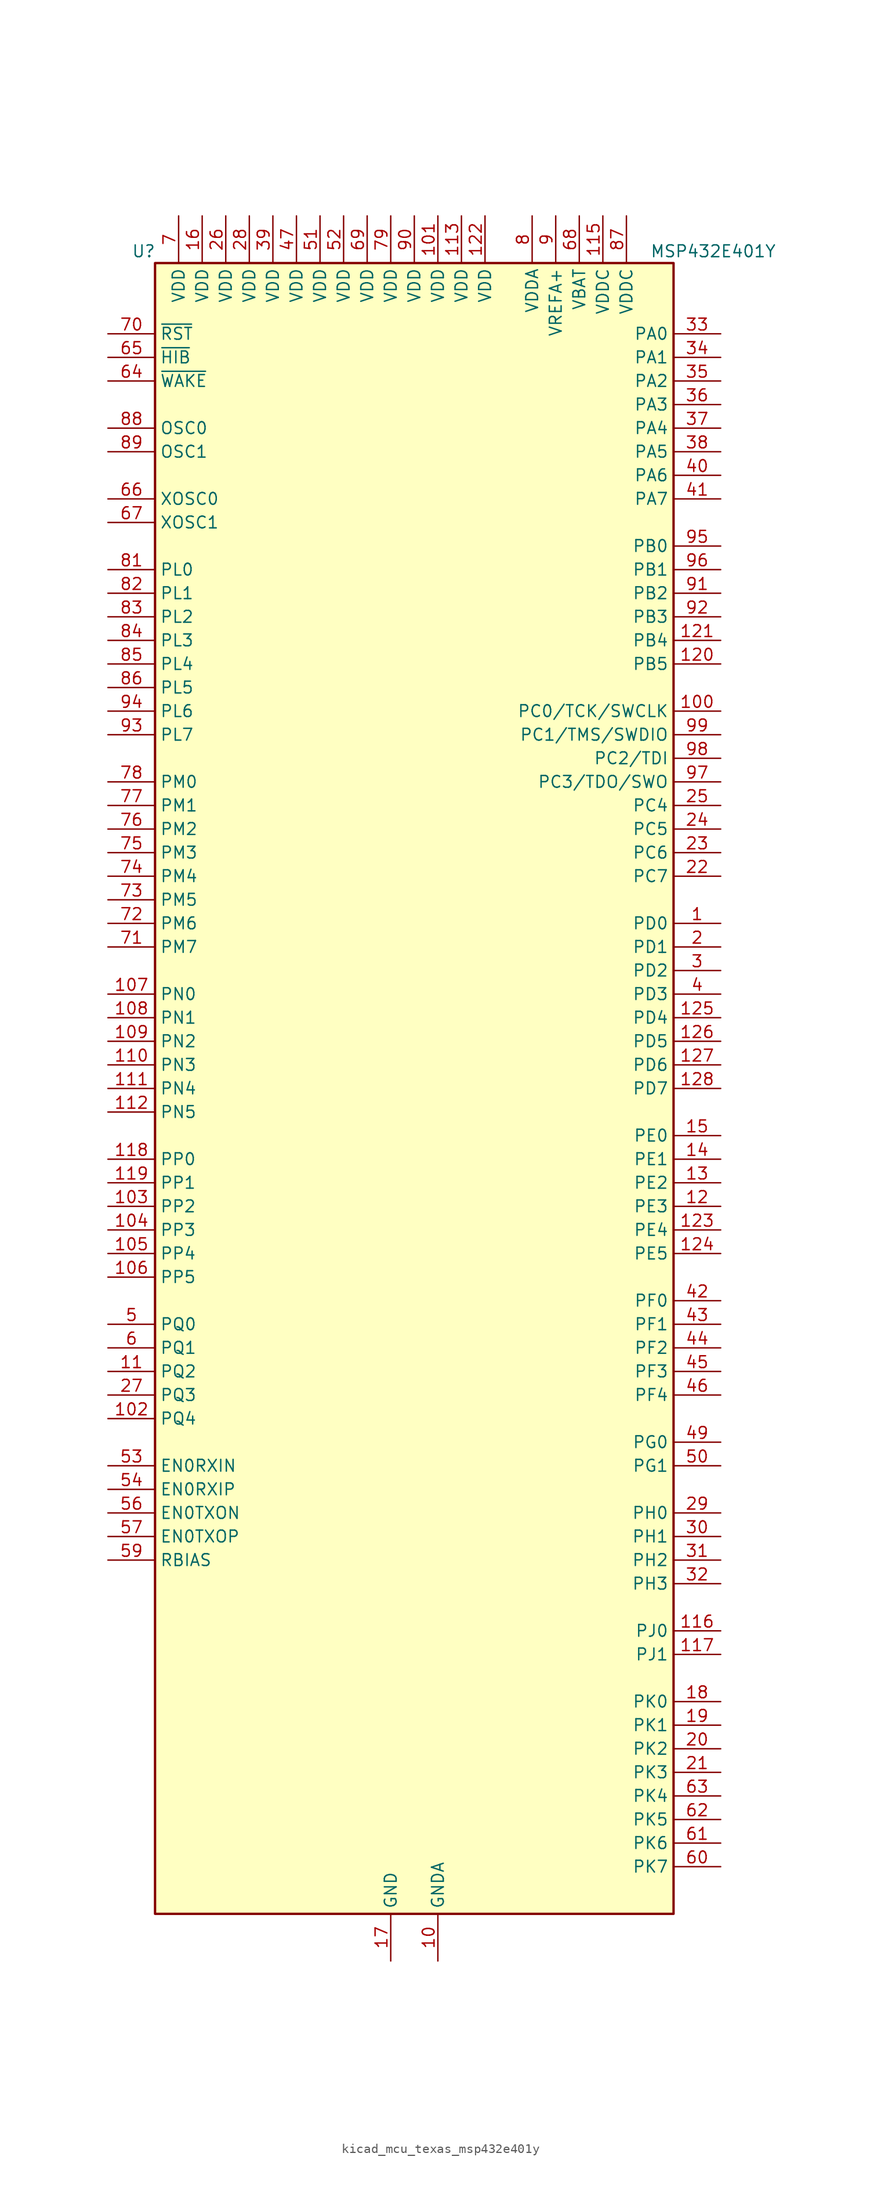
<source format=kicad_sym>
(kicad_symbol_lib
  (version 20220914)
  (generator kicad_symbol_editor)
  (symbol "kicad_mcu_texas_msp432e401y"
    (property "Reference" "U"
      (at -30.48 90.17 0)
      (effects (font (size 1.27 1.27)) (justify left)))
    (property "Value" "MSP432E401Y"
      (at 25.4 90.17 0)
      (effects (font (size 1.27 1.27)) (justify left)))
    (symbol "kicad_mcu_texas_msp432e401y_1_1"
      (rectangle (start -27.94 -88.9) (end 27.94 88.9) (stroke (width 0.254) (type default)) (fill (type background)))
      (pin bidirectional line (at 33.02 17.78 180) (length 5.08) (name "PD0" (effects (font (size 1.27 1.27)))) (number "1" (effects (font (size 1.27 1.27)))))
      (pin power_in line (at 2.54 -93.98 90) (length 5.08) (name "GNDA" (effects (font (size 1.27 1.27)))) (number "10" (effects (font (size 1.27 1.27)))))
      (pin bidirectional line (at 33.02 40.64 180) (length 5.08) (name "PC0/TCK/SWCLK" (effects (font (size 1.27 1.27)))) (number "100" (effects (font (size 1.27 1.27)))))
      (pin power_in line (at 2.54 93.98 270) (length 5.08) (name "VDD" (effects (font (size 1.27 1.27)))) (number "101" (effects (font (size 1.27 1.27)))))
      (pin bidirectional line (at -33.02 -35.56 0) (length 5.08) (name "PQ4" (effects (font (size 1.27 1.27)))) (number "102" (effects (font (size 1.27 1.27)))))
      (pin bidirectional line (at -33.02 -12.7 0) (length 5.08) (name "PP2" (effects (font (size 1.27 1.27)))) (number "103" (effects (font (size 1.27 1.27)))))
      (pin bidirectional line (at -33.02 -15.24 0) (length 5.08) (name "PP3" (effects (font (size 1.27 1.27)))) (number "104" (effects (font (size 1.27 1.27)))))
      (pin bidirectional line (at -33.02 -17.78 0) (length 5.08) (name "PP4" (effects (font (size 1.27 1.27)))) (number "105" (effects (font (size 1.27 1.27)))))
      (pin bidirectional line (at -33.02 -20.32 0) (length 5.08) (name "PP5" (effects (font (size 1.27 1.27)))) (number "106" (effects (font (size 1.27 1.27)))))
      (pin bidirectional line (at -33.02 10.16 0) (length 5.08) (name "PN0" (effects (font (size 1.27 1.27)))) (number "107" (effects (font (size 1.27 1.27)))))
      (pin bidirectional line (at -33.02 7.62 0) (length 5.08) (name "PN1" (effects (font (size 1.27 1.27)))) (number "108" (effects (font (size 1.27 1.27)))))
      (pin bidirectional line (at -33.02 5.08 0) (length 5.08) (name "PN2" (effects (font (size 1.27 1.27)))) (number "109" (effects (font (size 1.27 1.27)))))
      (pin bidirectional line (at -33.02 -30.48 0) (length 5.08) (name "PQ2" (effects (font (size 1.27 1.27)))) (number "11" (effects (font (size 1.27 1.27)))))
      (pin bidirectional line (at -33.02 2.54 0) (length 5.08) (name "PN3" (effects (font (size 1.27 1.27)))) (number "110" (effects (font (size 1.27 1.27)))))
      (pin bidirectional line (at -33.02 0 0) (length 5.08) (name "PN4" (effects (font (size 1.27 1.27)))) (number "111" (effects (font (size 1.27 1.27)))))
      (pin bidirectional line (at -33.02 -2.54 0) (length 5.08) (name "PN5" (effects (font (size 1.27 1.27)))) (number "112" (effects (font (size 1.27 1.27)))))
      (pin power_in line (at 5.08 93.98 270) (length 5.08) (name "VDD" (effects (font (size 1.27 1.27)))) (number "113" (effects (font (size 1.27 1.27)))))
      (pin passive line (at -2.54 -93.98 90) (length 5.08) hide (name "GND" (effects (font (size 1.27 1.27)))) (number "114" (effects (font (size 1.27 1.27)))))
      (pin power_in line (at 20.32 93.98 270) (length 5.08) (name "VDDC" (effects (font (size 1.27 1.27)))) (number "115" (effects (font (size 1.27 1.27)))))
      (pin bidirectional line (at 33.02 -58.42 180) (length 5.08) (name "PJ0" (effects (font (size 1.27 1.27)))) (number "116" (effects (font (size 1.27 1.27)))))
      (pin bidirectional line (at 33.02 -60.96 180) (length 5.08) (name "PJ1" (effects (font (size 1.27 1.27)))) (number "117" (effects (font (size 1.27 1.27)))))
      (pin bidirectional line (at -33.02 -7.62 0) (length 5.08) (name "PP0" (effects (font (size 1.27 1.27)))) (number "118" (effects (font (size 1.27 1.27)))))
      (pin bidirectional line (at -33.02 -10.16 0) (length 5.08) (name "PP1" (effects (font (size 1.27 1.27)))) (number "119" (effects (font (size 1.27 1.27)))))
      (pin bidirectional line (at 33.02 -12.7 180) (length 5.08) (name "PE3" (effects (font (size 1.27 1.27)))) (number "12" (effects (font (size 1.27 1.27)))))
      (pin bidirectional line (at 33.02 45.72 180) (length 5.08) (name "PB5" (effects (font (size 1.27 1.27)))) (number "120" (effects (font (size 1.27 1.27)))))
      (pin bidirectional line (at 33.02 48.26 180) (length 5.08) (name "PB4" (effects (font (size 1.27 1.27)))) (number "121" (effects (font (size 1.27 1.27)))))
      (pin power_in line (at 7.62 93.98 270) (length 5.08) (name "VDD" (effects (font (size 1.27 1.27)))) (number "122" (effects (font (size 1.27 1.27)))))
      (pin bidirectional line (at 33.02 -15.24 180) (length 5.08) (name "PE4" (effects (font (size 1.27 1.27)))) (number "123" (effects (font (size 1.27 1.27)))))
      (pin bidirectional line (at 33.02 -17.78 180) (length 5.08) (name "PE5" (effects (font (size 1.27 1.27)))) (number "124" (effects (font (size 1.27 1.27)))))
      (pin bidirectional line (at 33.02 7.62 180) (length 5.08) (name "PD4" (effects (font (size 1.27 1.27)))) (number "125" (effects (font (size 1.27 1.27)))))
      (pin bidirectional line (at 33.02 5.08 180) (length 5.08) (name "PD5" (effects (font (size 1.27 1.27)))) (number "126" (effects (font (size 1.27 1.27)))))
      (pin bidirectional line (at 33.02 2.54 180) (length 5.08) (name "PD6" (effects (font (size 1.27 1.27)))) (number "127" (effects (font (size 1.27 1.27)))))
      (pin bidirectional line (at 33.02 0 180) (length 5.08) (name "PD7" (effects (font (size 1.27 1.27)))) (number "128" (effects (font (size 1.27 1.27)))))
      (pin bidirectional line (at 33.02 -10.16 180) (length 5.08) (name "PE2" (effects (font (size 1.27 1.27)))) (number "13" (effects (font (size 1.27 1.27)))))
      (pin bidirectional line (at 33.02 -7.62 180) (length 5.08) (name "PE1" (effects (font (size 1.27 1.27)))) (number "14" (effects (font (size 1.27 1.27)))))
      (pin bidirectional line (at 33.02 -5.08 180) (length 5.08) (name "PE0" (effects (font (size 1.27 1.27)))) (number "15" (effects (font (size 1.27 1.27)))))
      (pin power_in line (at -22.86 93.98 270) (length 5.08) (name "VDD" (effects (font (size 1.27 1.27)))) (number "16" (effects (font (size 1.27 1.27)))))
      (pin power_in line (at -2.54 -93.98 90) (length 5.08) (name "GND" (effects (font (size 1.27 1.27)))) (number "17" (effects (font (size 1.27 1.27)))))
      (pin bidirectional line (at 33.02 -66.04 180) (length 5.08) (name "PK0" (effects (font (size 1.27 1.27)))) (number "18" (effects (font (size 1.27 1.27)))))
      (pin bidirectional line (at 33.02 -68.58 180) (length 5.08) (name "PK1" (effects (font (size 1.27 1.27)))) (number "19" (effects (font (size 1.27 1.27)))))
      (pin bidirectional line (at 33.02 15.24 180) (length 5.08) (name "PD1" (effects (font (size 1.27 1.27)))) (number "2" (effects (font (size 1.27 1.27)))))
      (pin bidirectional line (at 33.02 -71.12 180) (length 5.08) (name "PK2" (effects (font (size 1.27 1.27)))) (number "20" (effects (font (size 1.27 1.27)))))
      (pin bidirectional line (at 33.02 -73.66 180) (length 5.08) (name "PK3" (effects (font (size 1.27 1.27)))) (number "21" (effects (font (size 1.27 1.27)))))
      (pin bidirectional line (at 33.02 22.86 180) (length 5.08) (name "PC7" (effects (font (size 1.27 1.27)))) (number "22" (effects (font (size 1.27 1.27)))))
      (pin bidirectional line (at 33.02 25.4 180) (length 5.08) (name "PC6" (effects (font (size 1.27 1.27)))) (number "23" (effects (font (size 1.27 1.27)))))
      (pin bidirectional line (at 33.02 27.94 180) (length 5.08) (name "PC5" (effects (font (size 1.27 1.27)))) (number "24" (effects (font (size 1.27 1.27)))))
      (pin bidirectional line (at 33.02 30.48 180) (length 5.08) (name "PC4" (effects (font (size 1.27 1.27)))) (number "25" (effects (font (size 1.27 1.27)))))
      (pin power_in line (at -20.32 93.98 270) (length 5.08) (name "VDD" (effects (font (size 1.27 1.27)))) (number "26" (effects (font (size 1.27 1.27)))))
      (pin bidirectional line (at -33.02 -33.02 0) (length 5.08) (name "PQ3" (effects (font (size 1.27 1.27)))) (number "27" (effects (font (size 1.27 1.27)))))
      (pin power_in line (at -17.78 93.98 270) (length 5.08) (name "VDD" (effects (font (size 1.27 1.27)))) (number "28" (effects (font (size 1.27 1.27)))))
      (pin bidirectional line (at 33.02 -45.72 180) (length 5.08) (name "PH0" (effects (font (size 1.27 1.27)))) (number "29" (effects (font (size 1.27 1.27)))))
      (pin bidirectional line (at 33.02 12.7 180) (length 5.08) (name "PD2" (effects (font (size 1.27 1.27)))) (number "3" (effects (font (size 1.27 1.27)))))
      (pin bidirectional line (at 33.02 -48.26 180) (length 5.08) (name "PH1" (effects (font (size 1.27 1.27)))) (number "30" (effects (font (size 1.27 1.27)))))
      (pin bidirectional line (at 33.02 -50.8 180) (length 5.08) (name "PH2" (effects (font (size 1.27 1.27)))) (number "31" (effects (font (size 1.27 1.27)))))
      (pin bidirectional line (at 33.02 -53.34 180) (length 5.08) (name "PH3" (effects (font (size 1.27 1.27)))) (number "32" (effects (font (size 1.27 1.27)))))
      (pin bidirectional line (at 33.02 81.28 180) (length 5.08) (name "PA0" (effects (font (size 1.27 1.27)))) (number "33" (effects (font (size 1.27 1.27)))))
      (pin bidirectional line (at 33.02 78.74 180) (length 5.08) (name "PA1" (effects (font (size 1.27 1.27)))) (number "34" (effects (font (size 1.27 1.27)))))
      (pin bidirectional line (at 33.02 76.2 180) (length 5.08) (name "PA2" (effects (font (size 1.27 1.27)))) (number "35" (effects (font (size 1.27 1.27)))))
      (pin bidirectional line (at 33.02 73.66 180) (length 5.08) (name "PA3" (effects (font (size 1.27 1.27)))) (number "36" (effects (font (size 1.27 1.27)))))
      (pin bidirectional line (at 33.02 71.12 180) (length 5.08) (name "PA4" (effects (font (size 1.27 1.27)))) (number "37" (effects (font (size 1.27 1.27)))))
      (pin bidirectional line (at 33.02 68.58 180) (length 5.08) (name "PA5" (effects (font (size 1.27 1.27)))) (number "38" (effects (font (size 1.27 1.27)))))
      (pin power_in line (at -15.24 93.98 270) (length 5.08) (name "VDD" (effects (font (size 1.27 1.27)))) (number "39" (effects (font (size 1.27 1.27)))))
      (pin bidirectional line (at 33.02 10.16 180) (length 5.08) (name "PD3" (effects (font (size 1.27 1.27)))) (number "4" (effects (font (size 1.27 1.27)))))
      (pin bidirectional line (at 33.02 66.04 180) (length 5.08) (name "PA6" (effects (font (size 1.27 1.27)))) (number "40" (effects (font (size 1.27 1.27)))))
      (pin bidirectional line (at 33.02 63.5 180) (length 5.08) (name "PA7" (effects (font (size 1.27 1.27)))) (number "41" (effects (font (size 1.27 1.27)))))
      (pin bidirectional line (at 33.02 -22.86 180) (length 5.08) (name "PF0" (effects (font (size 1.27 1.27)))) (number "42" (effects (font (size 1.27 1.27)))))
      (pin bidirectional line (at 33.02 -25.4 180) (length 5.08) (name "PF1" (effects (font (size 1.27 1.27)))) (number "43" (effects (font (size 1.27 1.27)))))
      (pin bidirectional line (at 33.02 -27.94 180) (length 5.08) (name "PF2" (effects (font (size 1.27 1.27)))) (number "44" (effects (font (size 1.27 1.27)))))
      (pin bidirectional line (at 33.02 -30.48 180) (length 5.08) (name "PF3" (effects (font (size 1.27 1.27)))) (number "45" (effects (font (size 1.27 1.27)))))
      (pin bidirectional line (at 33.02 -33.02 180) (length 5.08) (name "PF4" (effects (font (size 1.27 1.27)))) (number "46" (effects (font (size 1.27 1.27)))))
      (pin power_in line (at -12.7 93.98 270) (length 5.08) (name "VDD" (effects (font (size 1.27 1.27)))) (number "47" (effects (font (size 1.27 1.27)))))
      (pin passive line (at -2.54 -93.98 90) (length 5.08) hide (name "GND" (effects (font (size 1.27 1.27)))) (number "48" (effects (font (size 1.27 1.27)))))
      (pin bidirectional line (at 33.02 -38.1 180) (length 5.08) (name "PG0" (effects (font (size 1.27 1.27)))) (number "49" (effects (font (size 1.27 1.27)))))
      (pin bidirectional line (at -33.02 -25.4 0) (length 5.08) (name "PQ0" (effects (font (size 1.27 1.27)))) (number "5" (effects (font (size 1.27 1.27)))))
      (pin bidirectional line (at 33.02 -40.64 180) (length 5.08) (name "PG1" (effects (font (size 1.27 1.27)))) (number "50" (effects (font (size 1.27 1.27)))))
      (pin power_in line (at -10.16 93.98 270) (length 5.08) (name "VDD" (effects (font (size 1.27 1.27)))) (number "51" (effects (font (size 1.27 1.27)))))
      (pin power_in line (at -7.62 93.98 270) (length 5.08) (name "VDD" (effects (font (size 1.27 1.27)))) (number "52" (effects (font (size 1.27 1.27)))))
      (pin bidirectional line (at -33.02 -40.64 0) (length 5.08) (name "EN0RXIN" (effects (font (size 1.27 1.27)))) (number "53" (effects (font (size 1.27 1.27)))))
      (pin bidirectional line (at -33.02 -43.18 0) (length 5.08) (name "EN0RXIP" (effects (font (size 1.27 1.27)))) (number "54" (effects (font (size 1.27 1.27)))))
      (pin passive line (at -2.54 -93.98 90) (length 5.08) hide (name "GND" (effects (font (size 1.27 1.27)))) (number "55" (effects (font (size 1.27 1.27)))))
      (pin bidirectional line (at -33.02 -45.72 0) (length 5.08) (name "EN0TXON" (effects (font (size 1.27 1.27)))) (number "56" (effects (font (size 1.27 1.27)))))
      (pin bidirectional line (at -33.02 -48.26 0) (length 5.08) (name "EN0TXOP" (effects (font (size 1.27 1.27)))) (number "57" (effects (font (size 1.27 1.27)))))
      (pin passive line (at -2.54 -93.98 90) (length 5.08) hide (name "GND" (effects (font (size 1.27 1.27)))) (number "58" (effects (font (size 1.27 1.27)))))
      (pin passive line (at -33.02 -50.8 0) (length 5.08) (name "RBIAS" (effects (font (size 1.27 1.27)))) (number "59" (effects (font (size 1.27 1.27)))))
      (pin bidirectional line (at -33.02 -27.94 0) (length 5.08) (name "PQ1" (effects (font (size 1.27 1.27)))) (number "6" (effects (font (size 1.27 1.27)))))
      (pin bidirectional line (at 33.02 -83.82 180) (length 5.08) (name "PK7" (effects (font (size 1.27 1.27)))) (number "60" (effects (font (size 1.27 1.27)))))
      (pin bidirectional line (at 33.02 -81.28 180) (length 5.08) (name "PK6" (effects (font (size 1.27 1.27)))) (number "61" (effects (font (size 1.27 1.27)))))
      (pin bidirectional line (at 33.02 -78.74 180) (length 5.08) (name "PK5" (effects (font (size 1.27 1.27)))) (number "62" (effects (font (size 1.27 1.27)))))
      (pin bidirectional line (at 33.02 -76.2 180) (length 5.08) (name "PK4" (effects (font (size 1.27 1.27)))) (number "63" (effects (font (size 1.27 1.27)))))
      (pin input line (at -33.02 76.2 0) (length 5.08) (name "~{WAKE}" (effects (font (size 1.27 1.27)))) (number "64" (effects (font (size 1.27 1.27)))))
      (pin output line (at -33.02 78.74 0) (length 5.08) (name "~{HIB}" (effects (font (size 1.27 1.27)))) (number "65" (effects (font (size 1.27 1.27)))))
      (pin input line (at -33.02 63.5 0) (length 5.08) (name "XOSC0" (effects (font (size 1.27 1.27)))) (number "66" (effects (font (size 1.27 1.27)))))
      (pin output line (at -33.02 60.96 0) (length 5.08) (name "XOSC1" (effects (font (size 1.27 1.27)))) (number "67" (effects (font (size 1.27 1.27)))))
      (pin power_in line (at 17.78 93.98 270) (length 5.08) (name "VBAT" (effects (font (size 1.27 1.27)))) (number "68" (effects (font (size 1.27 1.27)))))
      (pin power_in line (at -5.08 93.98 270) (length 5.08) (name "VDD" (effects (font (size 1.27 1.27)))) (number "69" (effects (font (size 1.27 1.27)))))
      (pin power_in line (at -25.4 93.98 270) (length 5.08) (name "VDD" (effects (font (size 1.27 1.27)))) (number "7" (effects (font (size 1.27 1.27)))))
      (pin input line (at -33.02 81.28 0) (length 5.08) (name "~{RST}" (effects (font (size 1.27 1.27)))) (number "70" (effects (font (size 1.27 1.27)))))
      (pin bidirectional line (at -33.02 15.24 0) (length 5.08) (name "PM7" (effects (font (size 1.27 1.27)))) (number "71" (effects (font (size 1.27 1.27)))))
      (pin bidirectional line (at -33.02 17.78 0) (length 5.08) (name "PM6" (effects (font (size 1.27 1.27)))) (number "72" (effects (font (size 1.27 1.27)))))
      (pin bidirectional line (at -33.02 20.32 0) (length 5.08) (name "PM5" (effects (font (size 1.27 1.27)))) (number "73" (effects (font (size 1.27 1.27)))))
      (pin bidirectional line (at -33.02 22.86 0) (length 5.08) (name "PM4" (effects (font (size 1.27 1.27)))) (number "74" (effects (font (size 1.27 1.27)))))
      (pin bidirectional line (at -33.02 25.4 0) (length 5.08) (name "PM3" (effects (font (size 1.27 1.27)))) (number "75" (effects (font (size 1.27 1.27)))))
      (pin bidirectional line (at -33.02 27.94 0) (length 5.08) (name "PM2" (effects (font (size 1.27 1.27)))) (number "76" (effects (font (size 1.27 1.27)))))
      (pin bidirectional line (at -33.02 30.48 0) (length 5.08) (name "PM1" (effects (font (size 1.27 1.27)))) (number "77" (effects (font (size 1.27 1.27)))))
      (pin bidirectional line (at -33.02 33.02 0) (length 5.08) (name "PM0" (effects (font (size 1.27 1.27)))) (number "78" (effects (font (size 1.27 1.27)))))
      (pin power_in line (at -2.54 93.98 270) (length 5.08) (name "VDD" (effects (font (size 1.27 1.27)))) (number "79" (effects (font (size 1.27 1.27)))))
      (pin power_in line (at 12.7 93.98 270) (length 5.08) (name "VDDA" (effects (font (size 1.27 1.27)))) (number "8" (effects (font (size 1.27 1.27)))))
      (pin passive line (at -2.54 -93.98 90) (length 5.08) hide (name "GND" (effects (font (size 1.27 1.27)))) (number "80" (effects (font (size 1.27 1.27)))))
      (pin bidirectional line (at -33.02 55.88 0) (length 5.08) (name "PL0" (effects (font (size 1.27 1.27)))) (number "81" (effects (font (size 1.27 1.27)))))
      (pin bidirectional line (at -33.02 53.34 0) (length 5.08) (name "PL1" (effects (font (size 1.27 1.27)))) (number "82" (effects (font (size 1.27 1.27)))))
      (pin bidirectional line (at -33.02 50.8 0) (length 5.08) (name "PL2" (effects (font (size 1.27 1.27)))) (number "83" (effects (font (size 1.27 1.27)))))
      (pin bidirectional line (at -33.02 48.26 0) (length 5.08) (name "PL3" (effects (font (size 1.27 1.27)))) (number "84" (effects (font (size 1.27 1.27)))))
      (pin bidirectional line (at -33.02 45.72 0) (length 5.08) (name "PL4" (effects (font (size 1.27 1.27)))) (number "85" (effects (font (size 1.27 1.27)))))
      (pin bidirectional line (at -33.02 43.18 0) (length 5.08) (name "PL5" (effects (font (size 1.27 1.27)))) (number "86" (effects (font (size 1.27 1.27)))))
      (pin power_in line (at 22.86 93.98 270) (length 5.08) (name "VDDC" (effects (font (size 1.27 1.27)))) (number "87" (effects (font (size 1.27 1.27)))))
      (pin input line (at -33.02 71.12 0) (length 5.08) (name "OSC0" (effects (font (size 1.27 1.27)))) (number "88" (effects (font (size 1.27 1.27)))))
      (pin output line (at -33.02 68.58 0) (length 5.08) (name "OSC1" (effects (font (size 1.27 1.27)))) (number "89" (effects (font (size 1.27 1.27)))))
      (pin power_in line (at 15.24 93.98 270) (length 5.08) (name "VREFA+" (effects (font (size 1.27 1.27)))) (number "9" (effects (font (size 1.27 1.27)))))
      (pin power_in line (at 0 93.98 270) (length 5.08) (name "VDD" (effects (font (size 1.27 1.27)))) (number "90" (effects (font (size 1.27 1.27)))))
      (pin bidirectional line (at 33.02 53.34 180) (length 5.08) (name "PB2" (effects (font (size 1.27 1.27)))) (number "91" (effects (font (size 1.27 1.27)))))
      (pin bidirectional line (at 33.02 50.8 180) (length 5.08) (name "PB3" (effects (font (size 1.27 1.27)))) (number "92" (effects (font (size 1.27 1.27)))))
      (pin bidirectional line (at -33.02 38.1 0) (length 5.08) (name "PL7" (effects (font (size 1.27 1.27)))) (number "93" (effects (font (size 1.27 1.27)))))
      (pin bidirectional line (at -33.02 40.64 0) (length 5.08) (name "PL6" (effects (font (size 1.27 1.27)))) (number "94" (effects (font (size 1.27 1.27)))))
      (pin bidirectional line (at 33.02 58.42 180) (length 5.08) (name "PB0" (effects (font (size 1.27 1.27)))) (number "95" (effects (font (size 1.27 1.27)))))
      (pin bidirectional line (at 33.02 55.88 180) (length 5.08) (name "PB1" (effects (font (size 1.27 1.27)))) (number "96" (effects (font (size 1.27 1.27)))))
      (pin bidirectional line (at 33.02 33.02 180) (length 5.08) (name "PC3/TDO/SWO" (effects (font (size 1.27 1.27)))) (number "97" (effects (font (size 1.27 1.27)))))
      (pin bidirectional line (at 33.02 35.56 180) (length 5.08) (name "PC2/TDI" (effects (font (size 1.27 1.27)))) (number "98" (effects (font (size 1.27 1.27)))))
      (pin bidirectional line (at 33.02 38.1 180) (length 5.08) (name "PC1/TMS/SWDIO" (effects (font (size 1.27 1.27)))) (number "99" (effects (font (size 1.27 1.27))))))))
</source>
